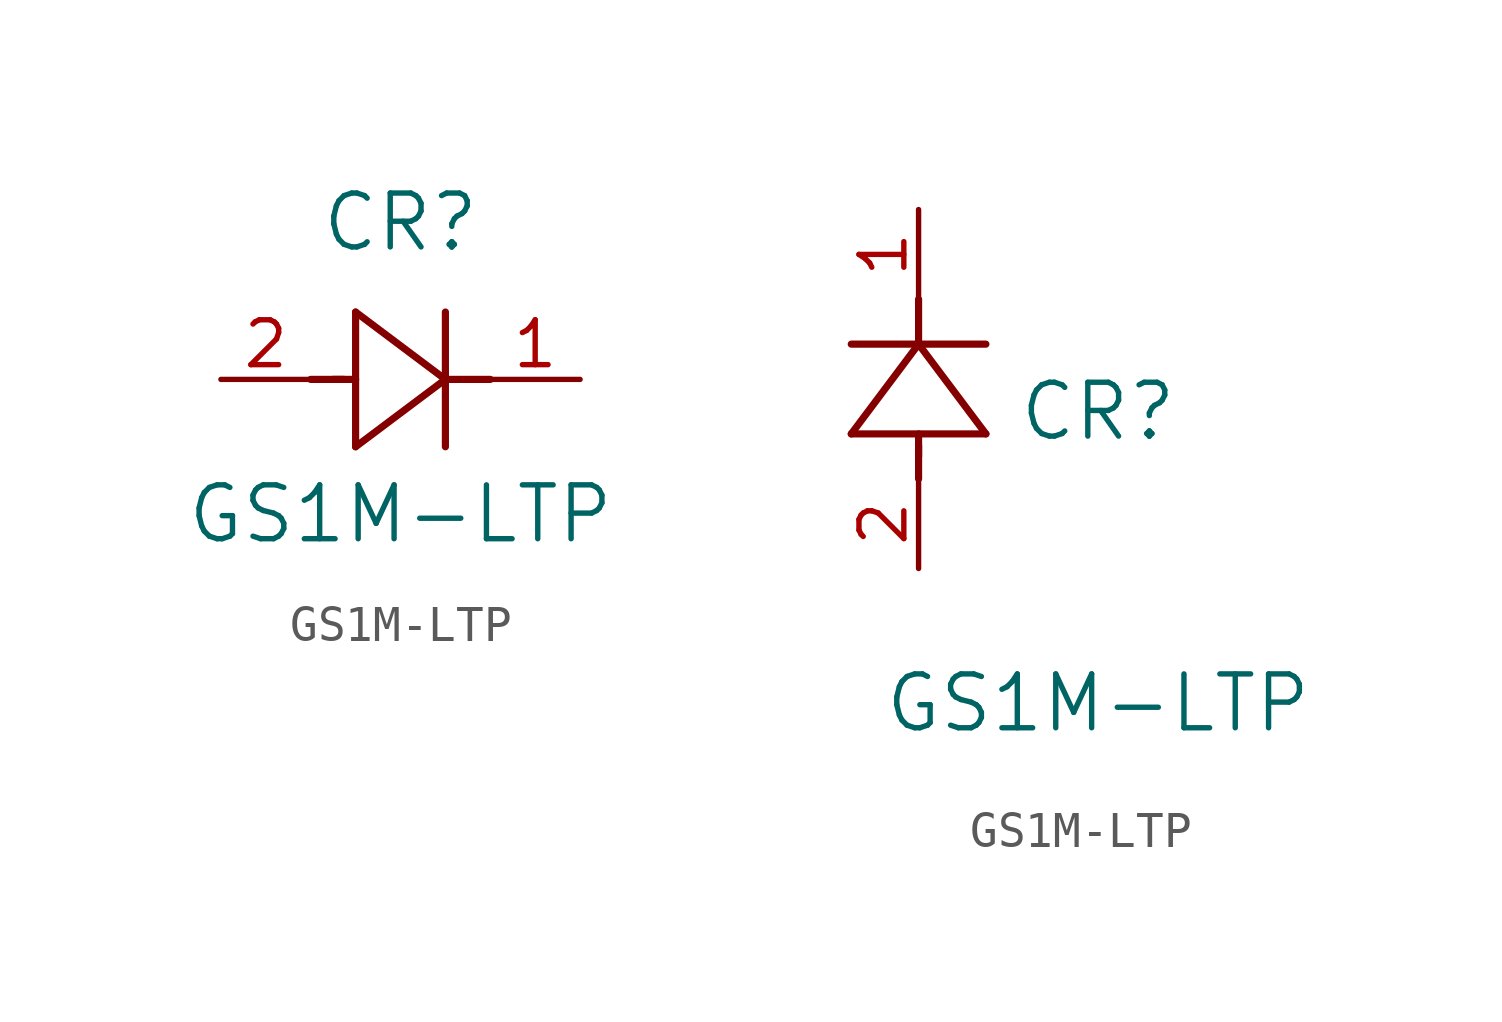
<source format=kicad_sym>
(kicad_symbol_lib
  (version 20211014)
  (generator kicad_symbol_editor)
  (symbol "GS1M-LTP"
    (pin_names
      (offset 0.254))
    (property "Reference" "CR"
      (at 5.08 4.445 0)
      (effects (font (size 1.524 1.524))))
    (property "Value" "GS1M-LTP"
      (at 5.08 -3.81 0)
      (effects (font (size 1.524 1.524))))
    (symbol "GS1M-LTP_1_1"
      (polyline (pts (xy 2.54 0) (xy 3.48 0)) (stroke (width 0.203) (type default) (color 0 0 0 0)) (fill (type none)))
      (polyline (pts (xy 3.81 1.905) (xy 3.81 -1.905)) (stroke (width 0.203) (type default) (color 0 0 0 0)) (fill (type none)))
      (polyline (pts (xy 3.175 0) (xy 3.81 0)) (stroke (width 0.203) (type default) (color 0 0 0 0)) (fill (type none)))
      (polyline (pts (xy 6.35 -1.905) (xy 6.35 1.905)) (stroke (width 0.203) (type default) (color 0 0 0 0)) (fill (type none)))
      (polyline (pts (xy 6.35 0) (xy 7.62 0)) (stroke (width 0.203) (type default) (color 0 0 0 0)) (fill (type none)))
      (polyline (pts (xy 6.35 0) (xy 3.81 1.905)) (stroke (width 0.203) (type default) (color 0 0 0 0)) (fill (type none)))
      (polyline (pts (xy 3.81 -1.905) (xy 6.35 0)) (stroke (width 0.203) (type default) (color 0 0 0 0)) (fill (type none)))
      (pin unspecified line (at 0 0 0) (length 2.54) (name "" (effects (font (size 1.27 1.27)))) (number "2" (effects (font (size 1.27 1.27)))))
      (pin unspecified line (at 10.16 0 180) (length 2.54) (name "" (effects (font (size 1.27 1.27)))) (number "1" (effects (font (size 1.27 1.27))))))
    (symbol "GS1M-LTP_1_2"
      (polyline (pts (xy 0 2.54) (xy 0 3.48)) (stroke (width 0.203) (type default) (color 0 0 0 0)) (fill (type none)))
      (polyline (pts (xy -1.905 3.81) (xy 1.905 3.81)) (stroke (width 0.203) (type default) (color 0 0 0 0)) (fill (type none)))
      (polyline (pts (xy 0 3.175) (xy 0 3.81)) (stroke (width 0.203) (type default) (color 0 0 0 0)) (fill (type none)))
      (polyline (pts (xy 1.905 6.35) (xy -1.905 6.35)) (stroke (width 0.203) (type default) (color 0 0 0 0)) (fill (type none)))
      (polyline (pts (xy 0 6.35) (xy 0 7.62)) (stroke (width 0.203) (type default) (color 0 0 0 0)) (fill (type none)))
      (polyline (pts (xy 0 6.35) (xy -1.905 3.81)) (stroke (width 0.203) (type default) (color 0 0 0 0)) (fill (type none)))
      (polyline (pts (xy 1.905 3.81) (xy 0 6.35)) (stroke (width 0.203) (type default) (color 0 0 0 0)) (fill (type none)))
      (pin unspecified line (at 0 0 90) (length 2.54) (name "" (effects (font (size 1.27 1.27)))) (number "2" (effects (font (size 1.27 1.27)))))
      (pin unspecified line (at 0 10.16 270) (length 2.54) (name "" (effects (font (size 1.27 1.27)))) (number "1" (effects (font (size 1.27 1.27))))))))
</source>
